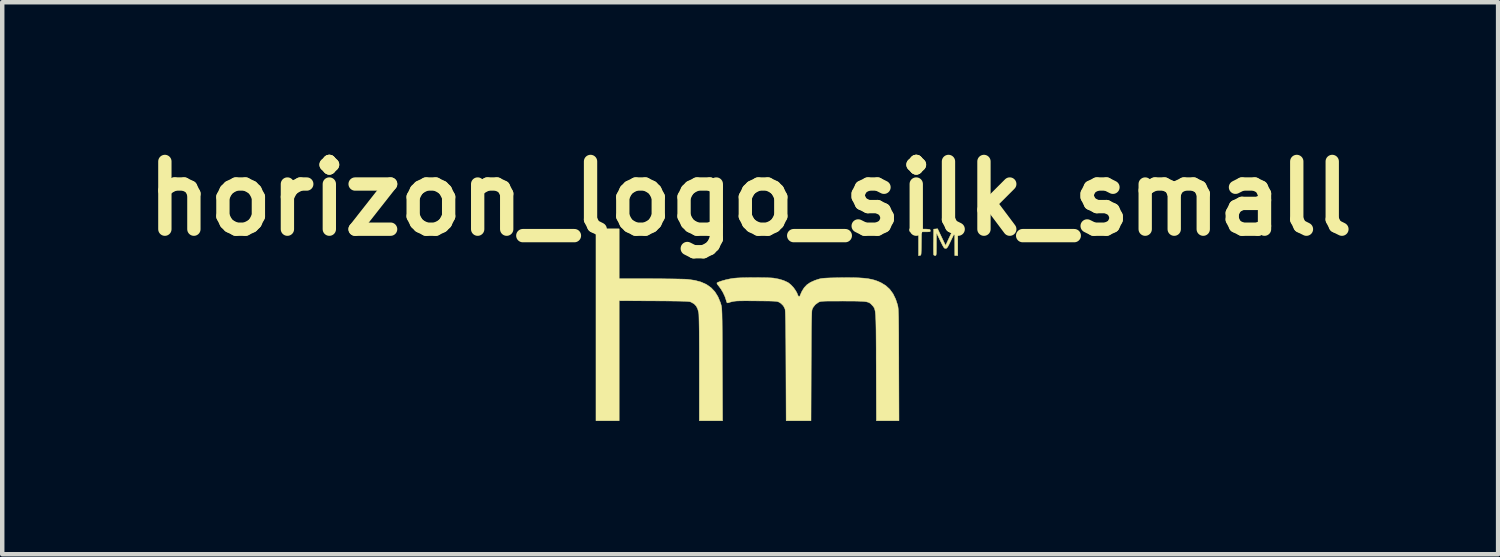
<source format=kicad_pcb>
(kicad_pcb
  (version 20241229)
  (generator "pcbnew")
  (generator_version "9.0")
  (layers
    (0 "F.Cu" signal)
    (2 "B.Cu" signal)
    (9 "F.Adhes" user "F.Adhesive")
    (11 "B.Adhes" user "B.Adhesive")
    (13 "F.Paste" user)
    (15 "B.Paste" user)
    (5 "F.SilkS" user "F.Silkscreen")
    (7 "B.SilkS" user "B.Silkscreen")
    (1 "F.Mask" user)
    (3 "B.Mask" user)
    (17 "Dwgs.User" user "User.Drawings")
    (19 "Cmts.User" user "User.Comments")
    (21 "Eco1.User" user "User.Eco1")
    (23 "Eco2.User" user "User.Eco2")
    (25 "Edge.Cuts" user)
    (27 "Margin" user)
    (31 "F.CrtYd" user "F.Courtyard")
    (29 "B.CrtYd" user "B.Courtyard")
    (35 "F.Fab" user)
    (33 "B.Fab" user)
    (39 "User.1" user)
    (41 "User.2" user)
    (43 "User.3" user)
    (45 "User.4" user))
  (footprint "horizon_logo_silk_small"
    (layer "F.Cu")
    (at 13.862 4.728)
    (property "Reference" "horizon_logo_silk_small" (at -0.03 -3.31 0) (layer "F.SilkS") (effects (font (size 1.524 1.524) (thickness 0.3))))
    (attr through_hole)
    (fp_poly (pts (xy 3.789 -2.625) (xy 3.873 -2.623) (xy 3.933 -2.622) (xy 3.975 -2.619) (xy 4.001 -2.616) (xy 4.015 -2.611) (xy 4.022 -2.603) (xy 4.024 -2.592) (xy 4.024 -2.591) (xy 4.025 -2.576) (xy 4.018 -2.567) (xy 3.998 -2.562) (xy 3.96 -2.561) (xy 3.928 -2.561) (xy 3.827 -2.561) (xy 3.823 -2.297) (xy 3.822 -2.207) (xy 3.82 -2.14) (xy 3.818 -2.093) (xy 3.816 -2.062) (xy 3.811 -2.043) (xy 3.805 -2.034) (xy 3.796 -2.03) (xy 3.789 -2.029) (xy 3.759 -2.024) (xy 3.759 -2.561) (xy 3.659 -2.561) (xy 3.608 -2.561) (xy 3.578 -2.564) (xy 3.564 -2.57) (xy 3.559 -2.583) (xy 3.559 -2.595) (xy 3.559 -2.628) (xy 3.789 -2.625)) (stroke (width 0.01) (type solid)) (fill yes) (layer "F.SilkS"))
    (fp_poly (pts (xy 4.278 -2.441) (xy 4.368 -2.252) (xy 4.447 -2.423) (xy 4.477 -2.486) (xy 4.503 -2.542) (xy 4.524 -2.584) (xy 4.537 -2.608) (xy 4.539 -2.611) (xy 4.56 -2.623) (xy 4.594 -2.628) (xy 4.597 -2.628) (xy 4.642 -2.628) (xy 4.642 -2.026) (xy 4.575 -2.026) (xy 4.574 -2.284) (xy 4.573 -2.541) (xy 4.487 -2.364) (xy 4.454 -2.295) (xy 4.429 -2.246) (xy 4.41 -2.214) (xy 4.395 -2.197) (xy 4.381 -2.188) (xy 4.367 -2.187) (xy 4.353 -2.189) (xy 4.339 -2.197) (xy 4.324 -2.216) (xy 4.305 -2.248) (xy 4.28 -2.297) (xy 4.247 -2.364) (xy 4.162 -2.541) (xy 4.161 -2.284) (xy 4.161 -2.195) (xy 4.16 -2.129) (xy 4.159 -2.083) (xy 4.156 -2.053) (xy 4.152 -2.036) (xy 4.145 -2.029) (xy 4.137 -2.026) (xy 4.133 -2.026) (xy 4.108 -2.034) (xy 4.1 -2.043) (xy 4.098 -2.061) (xy 4.097 -2.102) (xy 4.096 -2.16) (xy 4.096 -2.233) (xy 4.096 -2.316) (xy 4.097 -2.341) (xy 4.1 -2.621) (xy 4.144 -2.625) (xy 4.188 -2.63) (xy 4.278 -2.441)) (stroke (width 0.01) (type solid)) (fill yes) (layer "F.SilkS"))
    (fp_poly (pts (xy -2.978 -1.505) (xy -2.287 -1.505) (xy -2.147 -1.504) (xy -2.011 -1.504) (xy -1.881 -1.502) (xy -1.761 -1.501) (xy -1.654 -1.499) (xy -1.564 -1.497) (xy -1.493 -1.495) (xy -1.445 -1.492) (xy -1.44 -1.492) (xy -1.277 -1.469) (xy -1.136 -1.431) (xy -1.013 -1.376) (xy -0.91 -1.303) (xy -0.824 -1.212) (xy -0.755 -1.101) (xy -0.7 -0.97) (xy -0.684 -0.917) (xy -0.68 -0.901) (xy -0.676 -0.882) (xy -0.673 -0.86) (xy -0.67 -0.833) (xy -0.668 -0.798) (xy -0.666 -0.755) (xy -0.664 -0.701) (xy -0.663 -0.635) (xy -0.661 -0.554) (xy -0.66 -0.459) (xy -0.659 -0.345) (xy -0.658 -0.213) (xy -0.657 -0.06) (xy -0.657 0.116) (xy -0.656 0.315) (xy -0.656 0.43) (xy -0.651 1.69) (xy -1.174 1.69) (xy -1.174 0.516) (xy -1.174 0.273) (xy -1.174 0.057) (xy -1.175 -0.133) (xy -1.176 -0.297) (xy -1.178 -0.435) (xy -1.18 -0.547) (xy -1.182 -0.634) (xy -1.184 -0.695) (xy -1.187 -0.731) (xy -1.188 -0.737) (xy -1.21 -0.824) (xy -1.243 -0.889) (xy -1.29 -0.939) (xy -1.354 -0.976) (xy -1.374 -0.985) (xy -1.389 -0.989) (xy -1.413 -0.992) (xy -1.449 -0.995) (xy -1.497 -0.998) (xy -1.561 -1) (xy -1.641 -1.002) (xy -1.741 -1.003) (xy -1.86 -1.005) (xy -2.003 -1.006) (xy -2.17 -1.007) (xy -2.2 -1.007) (xy -2.978 -1.011) (xy -2.978 1.69) (xy -3.5 1.69) (xy -3.5 -2.628) (xy -2.978 -2.628) (xy -2.978 -1.505)) (stroke (width 0.01) (type solid)) (fill yes) (layer "F.SilkS"))
    (fp_poly (pts (xy 0.17 -1.53) (xy 0.272 -1.529) (xy 0.364 -1.527) (xy 0.44 -1.524) (xy 0.496 -1.52) (xy 0.504 -1.518) (xy 0.617 -1.497) (xy 0.721 -1.466) (xy 0.809 -1.426) (xy 0.837 -1.409) (xy 0.889 -1.366) (xy 0.942 -1.31) (xy 0.988 -1.246) (xy 1.023 -1.186) (xy 1.034 -1.156) (xy 1.05 -1.12) (xy 1.069 -1.105) (xy 1.086 -1.111) (xy 1.093 -1.127) (xy 1.103 -1.151) (xy 1.12 -1.19) (xy 1.136 -1.224) (xy 1.185 -1.303) (xy 1.247 -1.369) (xy 1.325 -1.422) (xy 1.424 -1.467) (xy 1.502 -1.493) (xy 1.534 -1.502) (xy 1.566 -1.509) (xy 1.602 -1.514) (xy 1.646 -1.518) (xy 1.702 -1.521) (xy 1.773 -1.524) (xy 1.863 -1.526) (xy 1.976 -1.528) (xy 2.146 -1.53) (xy 2.292 -1.529) (xy 2.417 -1.525) (xy 2.525 -1.518) (xy 2.619 -1.507) (xy 2.701 -1.491) (xy 2.775 -1.472) (xy 2.844 -1.447) (xy 2.911 -1.417) (xy 2.915 -1.415) (xy 3.022 -1.35) (xy 3.111 -1.268) (xy 3.185 -1.167) (xy 3.244 -1.046) (xy 3.281 -0.935) (xy 3.286 -0.917) (xy 3.291 -0.899) (xy 3.295 -0.88) (xy 3.298 -0.858) (xy 3.301 -0.831) (xy 3.303 -0.798) (xy 3.305 -0.757) (xy 3.307 -0.705) (xy 3.309 -0.642) (xy 3.31 -0.566) (xy 3.311 -0.474) (xy 3.312 -0.365) (xy 3.313 -0.238) (xy 3.313 -0.091) (xy 3.314 0.078) (xy 3.315 0.272) (xy 3.315 0.43) (xy 3.319 1.69) (xy 2.811 1.69) (xy 2.807 0.484) (xy 2.806 0.269) (xy 2.806 0.08) (xy 2.805 -0.086) (xy 2.804 -0.231) (xy 2.803 -0.355) (xy 2.801 -0.461) (xy 2.799 -0.551) (xy 2.796 -0.625) (xy 2.793 -0.686) (xy 2.788 -0.736) (xy 2.783 -0.776) (xy 2.776 -0.807) (xy 2.769 -0.832) (xy 2.76 -0.852) (xy 2.75 -0.868) (xy 2.738 -0.884) (xy 2.725 -0.899) (xy 2.715 -0.909) (xy 2.694 -0.932) (xy 2.673 -0.951) (xy 2.65 -0.966) (xy 2.62 -0.978) (xy 2.583 -0.987) (xy 2.535 -0.994) (xy 2.473 -0.998) (xy 2.395 -1.001) (xy 2.298 -1.003) (xy 2.179 -1.003) (xy 2.055 -1.004) (xy 1.927 -1.003) (xy 1.823 -1.003) (xy 1.739 -1.003) (xy 1.674 -1.002) (xy 1.625 -1) (xy 1.588 -0.997) (xy 1.561 -0.994) (xy 1.541 -0.989) (xy 1.525 -0.984) (xy 1.51 -0.977) (xy 1.505 -0.974) (xy 1.435 -0.923) (xy 1.384 -0.857) (xy 1.364 -0.813) (xy 1.361 -0.797) (xy 1.358 -0.77) (xy 1.356 -0.729) (xy 1.354 -0.673) (xy 1.352 -0.601) (xy 1.35 -0.512) (xy 1.348 -0.403) (xy 1.347 -0.275) (xy 1.346 -0.125) (xy 1.345 0.048) (xy 1.344 0.245) (xy 1.343 0.464) (xy 1.339 1.69) (xy 0.78 1.69) (xy 0.775 0.457) (xy 0.774 0.231) (xy 0.773 0.03) (xy 0.772 -0.147) (xy 0.77 -0.3) (xy 0.769 -0.431) (xy 0.767 -0.541) (xy 0.765 -0.632) (xy 0.763 -0.704) (xy 0.761 -0.758) (xy 0.758 -0.796) (xy 0.755 -0.819) (xy 0.754 -0.825) (xy 0.718 -0.896) (xy 0.663 -0.951) (xy 0.627 -0.974) (xy 0.611 -0.982) (xy 0.595 -0.988) (xy 0.575 -0.993) (xy 0.549 -0.997) (xy 0.513 -1) (xy 0.466 -1.002) (xy 0.403 -1.004) (xy 0.321 -1.005) (xy 0.219 -1.006) (xy 0.103 -1.007) (xy -0.024 -1.008) (xy -0.127 -1.009) (xy -0.21 -1.008) (xy -0.277 -1.007) (xy -0.331 -1.005) (xy -0.375 -1.001) (xy -0.412 -0.995) (xy -0.447 -0.987) (xy -0.482 -0.978) (xy -0.521 -0.965) (xy -0.526 -0.964) (xy -0.543 -0.962) (xy -0.555 -0.973) (xy -0.565 -1.003) (xy -0.57 -1.022) (xy -0.598 -1.105) (xy -0.639 -1.193) (xy -0.687 -1.274) (xy -0.732 -1.335) (xy -0.762 -1.372) (xy -0.777 -1.399) (xy -0.778 -1.411) (xy -0.752 -1.426) (xy -0.706 -1.444) (xy -0.645 -1.463) (xy -0.576 -1.482) (xy -0.503 -1.498) (xy -0.434 -1.511) (xy -0.387 -1.517) (xy -0.326 -1.522) (xy -0.245 -1.526) (xy -0.151 -1.528) (xy -0.046 -1.53) (xy 0.062 -1.531) (xy 0.17 -1.53)) (stroke (width 0.01) (type solid)) (fill yes) (layer "F.SilkS")))
  (gr_rect
    (start -3 -3)
    (end 30.664 9.423)
    (stroke (width 0.1) (type default))
    (fill no)
    (layer "Edge.Cuts")))
</source>
